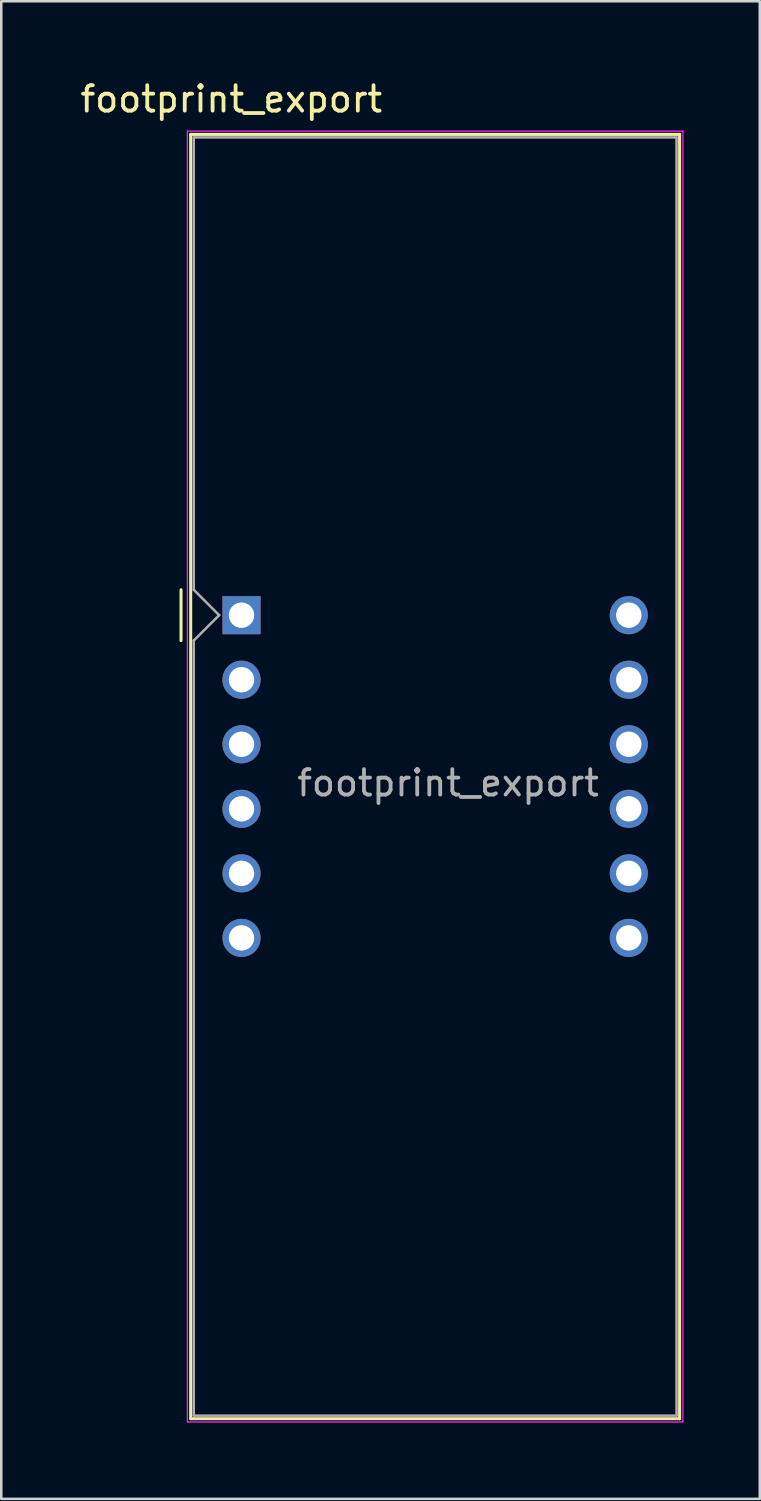
<source format=kicad_pcb>
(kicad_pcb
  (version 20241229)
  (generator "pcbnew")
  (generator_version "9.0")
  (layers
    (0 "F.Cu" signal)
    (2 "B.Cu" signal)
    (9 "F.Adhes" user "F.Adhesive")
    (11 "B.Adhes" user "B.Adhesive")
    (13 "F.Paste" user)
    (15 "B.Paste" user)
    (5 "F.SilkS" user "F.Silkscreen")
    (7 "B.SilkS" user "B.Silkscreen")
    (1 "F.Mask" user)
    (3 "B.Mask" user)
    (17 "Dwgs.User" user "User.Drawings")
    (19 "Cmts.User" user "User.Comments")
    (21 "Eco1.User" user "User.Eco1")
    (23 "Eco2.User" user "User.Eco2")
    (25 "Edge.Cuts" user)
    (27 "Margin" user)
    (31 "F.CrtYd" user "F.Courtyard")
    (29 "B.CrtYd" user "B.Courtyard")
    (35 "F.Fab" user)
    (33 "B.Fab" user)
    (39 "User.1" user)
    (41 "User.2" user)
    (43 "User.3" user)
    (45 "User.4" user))
  (footprint "footprint_export"
    (layer "F.Cu")
    (at 6.454 21.158)
    (property "Reference" "footprint_export" (at -0.4 -20.31 0) (layer "F.SilkS") (effects (font (size 1 1) (thickness 0.15))))
    (attr through_hole)
    (fp_line (start -2.38 -1) (end -2.38 1) (stroke (width 0.12) (type solid)) (layer "F.SilkS"))
    (fp_line (start -2 -18.92) (end -2 31.62) (stroke (width 0.12) (type solid)) (layer "F.SilkS"))
    (fp_line (start -2 -18.92) (end 17.24 -18.92) (stroke (width 0.12) (type solid)) (layer "F.SilkS"))
    (fp_line (start -2 31.62) (end 17.24 31.62) (stroke (width 0.12) (type solid)) (layer "F.SilkS"))
    (fp_line (start 17.24 31.62) (end 17.24 -18.92) (stroke (width 0.12) (type solid)) (layer "F.SilkS"))
    (fp_line (start -2.13 -19.05) (end 17.37 -19.05) (stroke (width 0.05) (type solid)) (layer "F.CrtYd"))
    (fp_line (start -2.13 31.75) (end -2.13 -19.05) (stroke (width 0.05) (type solid)) (layer "F.CrtYd"))
    (fp_line (start 17.37 -19.05) (end 17.37 31.75) (stroke (width 0.05) (type solid)) (layer "F.CrtYd"))
    (fp_line (start 17.37 31.75) (end -2.13 31.75) (stroke (width 0.05) (type solid)) (layer "F.CrtYd"))
    (fp_line (start -1.88 -18.8) (end 17.12 -18.8) (stroke (width 0.1) (type solid)) (layer "F.Fab"))
    (fp_line (start -1.88 -1) (end -1.88 -18.8) (stroke (width 0.1) (type solid)) (layer "F.Fab"))
    (fp_line (start -1.88 1) (end -1.88 31.5) (stroke (width 0.1) (type solid)) (layer "F.Fab"))
    (fp_line (start -1.88 1) (end -0.88 0) (stroke (width 0.1) (type solid)) (layer "F.Fab"))
    (fp_line (start -1.88 31.5) (end 17.12 31.5) (stroke (width 0.1) (type solid)) (layer "F.Fab"))
    (fp_line (start -0.88 0) (end -1.88 -1) (stroke (width 0.1) (type solid)) (layer "F.Fab"))
    (fp_line (start 17.12 -18.8) (end 17.12 31.5) (stroke (width 0.1) (type solid)) (layer "F.Fab"))
    (fp_text user "${REFERENCE}" (at 8.128 6.604 0) (layer "F.Fab") (effects (font (size 1 1) (thickness 0.15))))
    (pad "1" thru_hole rect (at 0 0) (size 1.5 1.5) (drill 1) (layers "*.Cu" "*.Mask"))
    (pad "2" thru_hole circle (at 0 2.54) (size 1.5 1.5) (drill 1) (layers "*.Cu" "*.Mask"))
    (pad "3" thru_hole circle (at 0 5.08) (size 1.5 1.5) (drill 1) (layers "*.Cu" "*.Mask"))
    (pad "4" thru_hole circle (at 0 7.62) (size 1.5 1.5) (drill 1) (layers "*.Cu" "*.Mask"))
    (pad "5" thru_hole circle (at 0 10.16) (size 1.5 1.5) (drill 1) (layers "*.Cu" "*.Mask"))
    (pad "6" thru_hole circle (at 0 12.7) (size 1.5 1.5) (drill 1) (layers "*.Cu" "*.Mask"))
    (pad "7" thru_hole circle (at 15.24 12.7) (size 1.5 1.5) (drill 1) (layers "*.Cu" "*.Mask"))
    (pad "8" thru_hole circle (at 15.24 10.16) (size 1.5 1.5) (drill 1) (layers "*.Cu" "*.Mask"))
    (pad "9" thru_hole circle (at 15.24 7.62) (size 1.5 1.5) (drill 1) (layers "*.Cu" "*.Mask"))
    (pad "10" thru_hole circle (at 15.24 5.08) (size 1.5 1.5) (drill 1) (layers "*.Cu" "*.Mask"))
    (pad "11" thru_hole circle (at 15.24 2.54) (size 1.5 1.5) (drill 1) (layers "*.Cu" "*.Mask"))
    (pad "12" thru_hole circle (at 15.24 0) (size 1.5 1.5) (drill 1) (layers "*.Cu" "*.Mask")))
  (gr_rect
    (start -3 -3)
    (end 26.849 55.933)
    (stroke (width 0.1) (type default))
    (fill no)
    (layer "Edge.Cuts")))
</source>
